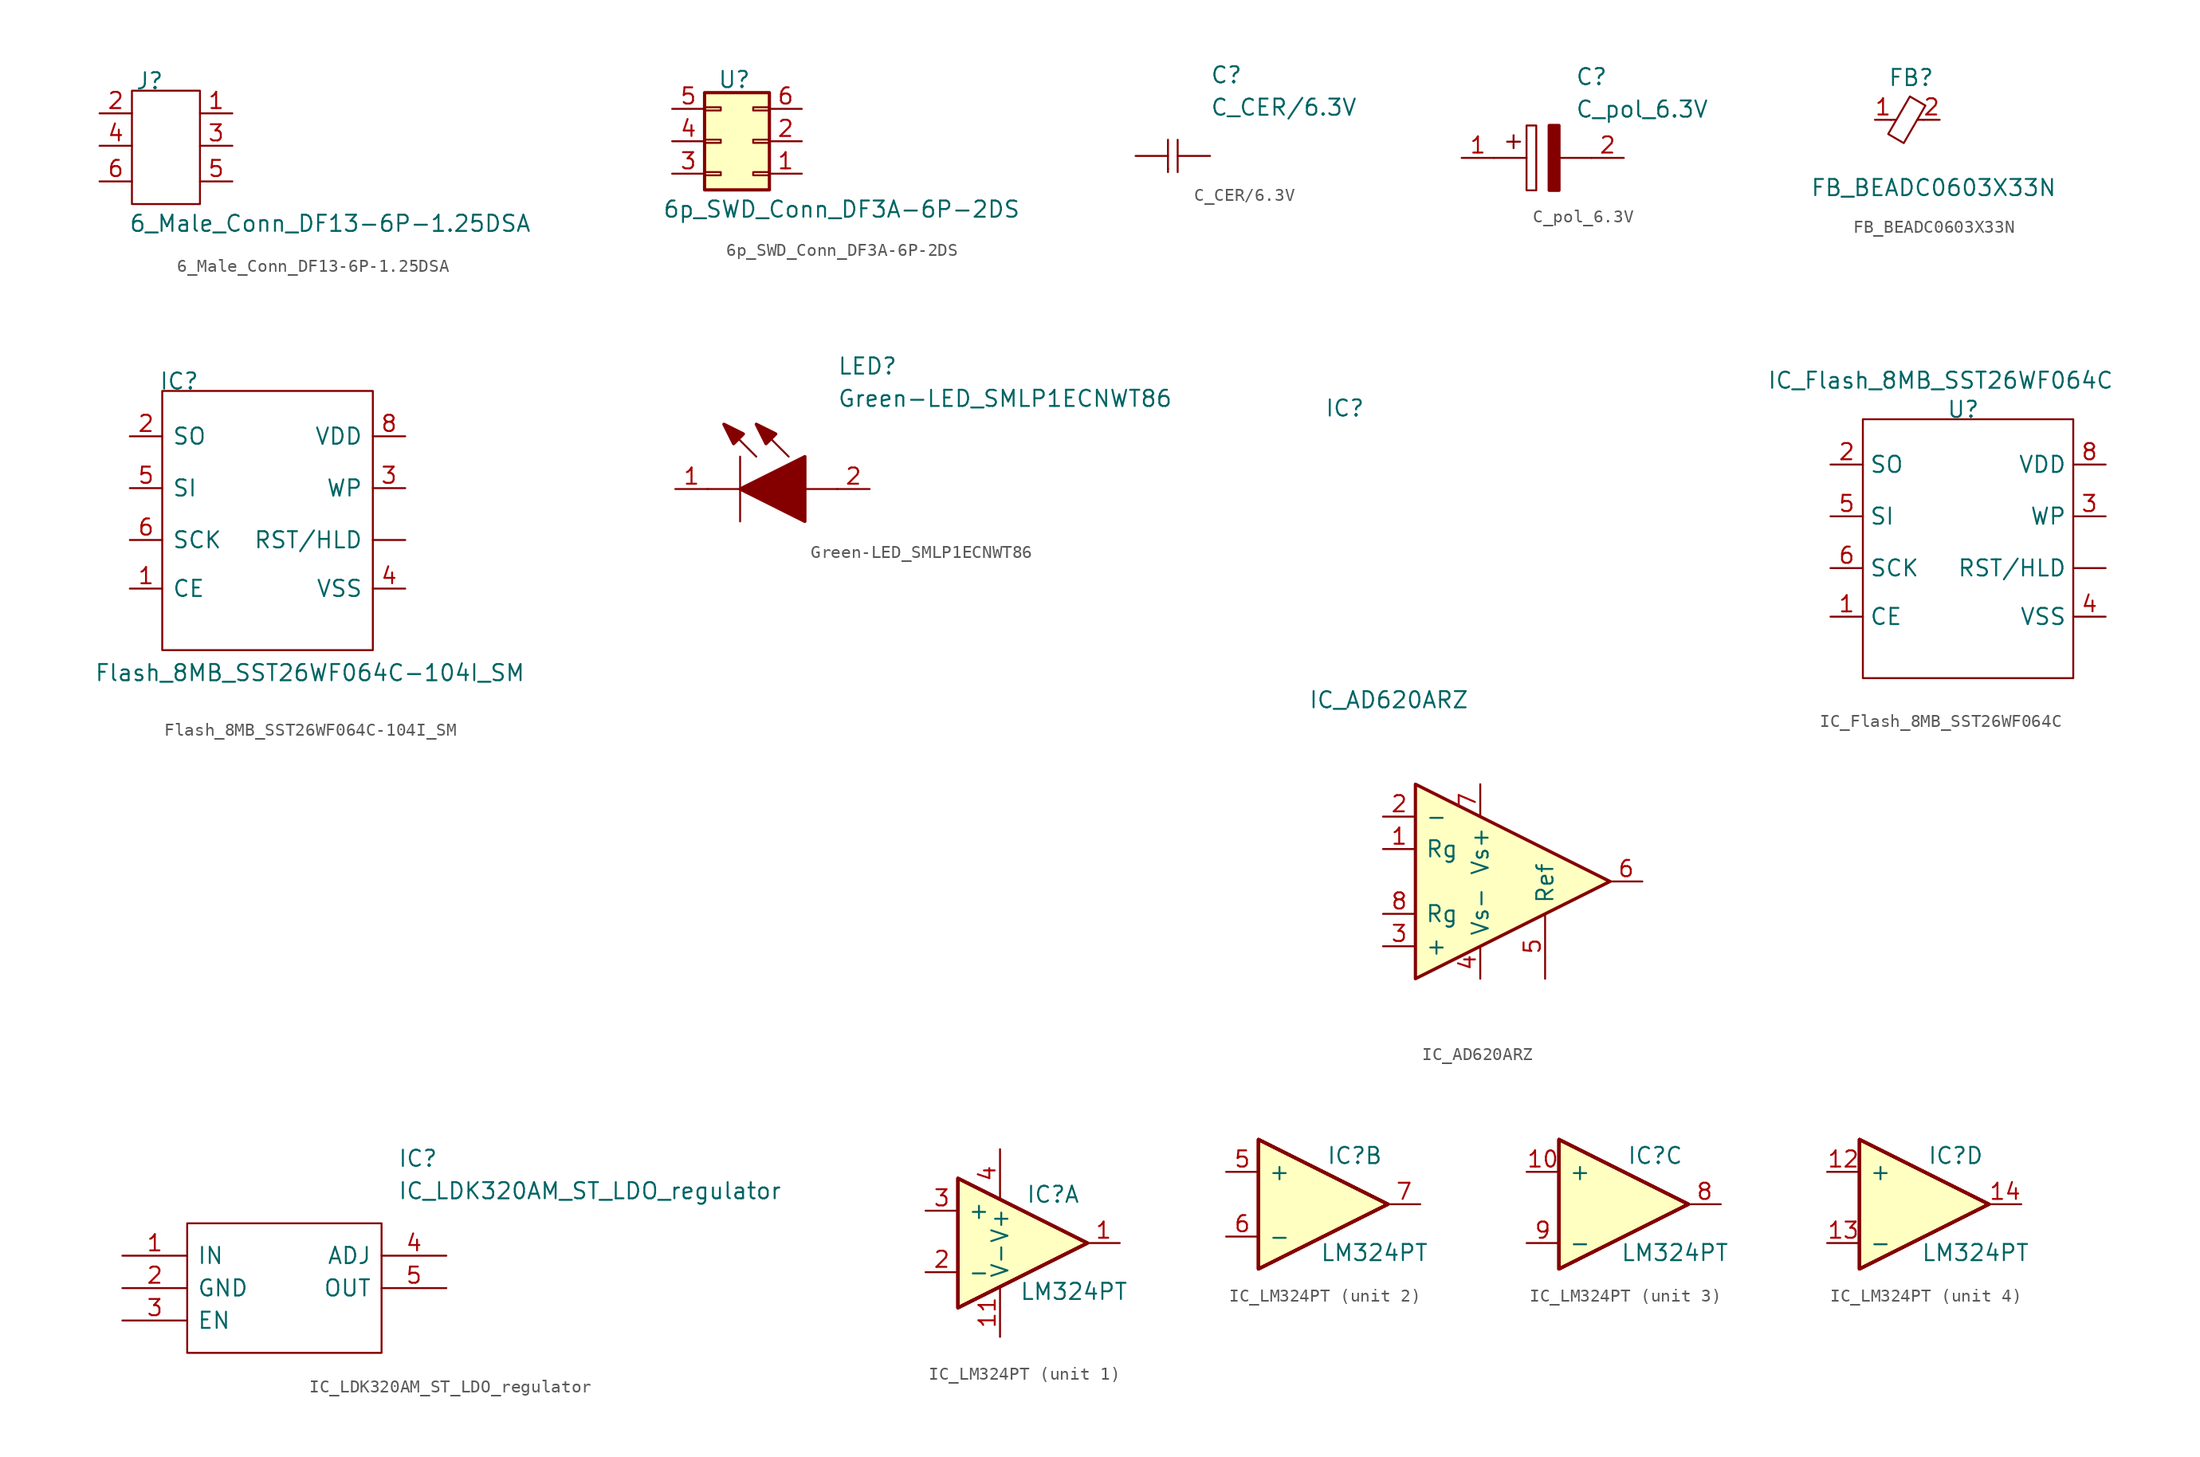
<source format=kicad_sym>
(kicad_symbol_lib
  (version 20220914)
  (generator kicad_symbol_editor)
  (symbol "6_Male_Conn_DF13-6P-1.25DSA"
    (pin_names
      (offset 0.762))
    (property "Reference" "J"
      (at -3.302 22.86 0)
      (effects (font (size 1.27 1.27)) (justify left)))
    (property "Value" "6_Male_Conn_DF13-6P-1.25DSA"
      (at -3.81 11.684 0)
      (effects (font (size 1.27 1.27)) (justify left)))
    (symbol "6_Male_Conn_DF13-6P-1.25DSA_0_1"
      (rectangle (start -3.556 22.098) (end 1.778 13.208) (stroke (width 0) (type default)) (fill (type none))))
    (symbol "6_Male_Conn_DF13-6P-1.25DSA_1_1"
      (pin input line (at 4.318 20.32 180) (length 2.54) (name "" (effects (font (size 1.27 1.27)))) (number "1" (effects (font (size 1.27 1.27)))))
      (pin input line (at -6.096 20.32 0) (length 2.54) (name "" (effects (font (size 1.27 1.27)))) (number "2" (effects (font (size 1.27 1.27)))))
      (pin input line (at 4.318 17.78 180) (length 2.54) (name "" (effects (font (size 1.27 1.27)))) (number "3" (effects (font (size 1.27 1.27)))))
      (pin input line (at -6.096 17.78 0) (length 2.54) (name "" (effects (font (size 1.27 1.27)))) (number "4" (effects (font (size 1.27 1.27)))))
      (pin input line (at 4.318 14.986 180) (length 2.54) (name "" (effects (font (size 1.27 1.27)))) (number "5" (effects (font (size 1.27 1.27)))))
      (pin input line (at -6.096 14.986 0) (length 2.54) (name "" (effects (font (size 1.27 1.27)))) (number "6" (effects (font (size 1.27 1.27)))))))
  (symbol "6p_SWD_Conn_DF3A-6P-2DS"
    (pin_names
      (offset 0.762))
    (property "Reference" "U"
      (at 6.858 -1.27 0)
      (effects (font (size 1.27 1.27)) (justify left)))
    (property "Value" "6p_SWD_Conn_DF3A-6P-2DS"
      (at 2.54 -11.43 0)
      (effects (font (size 1.27 1.27)) (justify left)))
    (symbol "6p_SWD_Conn_DF3A-6P-2DS_1_1"
      (rectangle (start 5.842 -8.509) (end 7.112 -8.763) (stroke (width 0.152) (type default)) (fill (type none)))
      (rectangle (start 5.842 -5.969) (end 7.112 -6.223) (stroke (width 0.152) (type default)) (fill (type none)))
      (rectangle (start 5.842 -3.429) (end 7.112 -3.683) (stroke (width 0.152) (type default)) (fill (type none)))
      (rectangle (start 5.842 -2.286) (end 10.922 -9.906) (stroke (width 0.254) (type default)) (fill (type background)))
      (rectangle (start 10.922 -8.509) (end 9.652 -8.763) (stroke (width 0.152) (type default)) (fill (type none)))
      (rectangle (start 10.922 -5.969) (end 9.652 -6.223) (stroke (width 0.152) (type default)) (fill (type none)))
      (rectangle (start 10.922 -3.429) (end 9.652 -3.683) (stroke (width 0.152) (type default)) (fill (type none)))
      (pin input line (at 13.462 -8.636 180) (length 2.54) (name "" (effects (font (size 1.27 1.27)))) (number "1" (effects (font (size 1.27 1.27)))))
      (pin input line (at 13.462 -6.096 180) (length 2.54) (name "" (effects (font (size 1.27 1.27)))) (number "2" (effects (font (size 1.27 1.27)))))
      (pin input line (at 3.302 -8.636 0) (length 2.54) (name "" (effects (font (size 1.27 1.27)))) (number "3" (effects (font (size 1.27 1.27)))))
      (pin input line (at 3.302 -6.096 0) (length 2.54) (name "" (effects (font (size 1.27 1.27)))) (number "4" (effects (font (size 1.27 1.27)))))
      (pin input line (at 3.302 -3.556 0) (length 2.54) (name "" (effects (font (size 1.27 1.27)))) (number "5" (effects (font (size 1.27 1.27)))))
      (pin input line (at 13.462 -3.556 180) (length 2.54) (name "" (effects (font (size 1.27 1.27)))) (number "6" (effects (font (size 1.27 1.27)))))))
  (symbol "C_CER/6.3V"
    (pin_names
      (offset 0.762))
    (property "Reference" "C"
      (at 8.89 6.35 0)
      (effects (font (size 1.27 1.27)) (justify left)))
    (property "Value" "C_CER/6.3V"
      (at 8.89 3.81 0)
      (effects (font (size 1.27 1.27)) (justify left)))
    (symbol "C_CER/6.3V_0_1"
      (polyline (pts (xy 5.588 -1.016) (xy 5.588 -1.27)) (stroke (width 0) (type default)) (fill (type none)))
      (polyline (pts (xy 5.588 1.27) (xy 5.588 -1.016)) (stroke (width 0) (type default)) (fill (type none)))
      (polyline (pts (xy 6.35 1.27) (xy 6.35 -1.27)) (stroke (width 0) (type default)) (fill (type none))))
    (symbol "C_CER/6.3V_1_1"
      (pin input line (at 3.048 0 0) (length 2.54) (name "" (effects (font (size 1.27 1.27)))) (number "" (effects (font (size 1.27 1.27)))))
      (pin input line (at 8.89 0 180) (length 2.54) (name "" (effects (font (size 1.27 1.27)))) (number "" (effects (font (size 1.27 1.27)))))))
  (symbol "C_pol_6.3V"
    (pin_names
      (offset 0.762))
    (property "Reference" "C"
      (at 8.89 6.35 0)
      (effects (font (size 1.27 1.27)) (justify left)))
    (property "Value" "C_pol_6.3V"
      (at 8.89 3.81 0)
      (effects (font (size 1.27 1.27)) (justify left)))
    (symbol "C_pol_6.3V_0_0"
      (pin passive line (at 0 0 0) (length 2.54) (name "~" (effects (font (size 1.27 1.27)))) (number "1" (effects (font (size 1.27 1.27)))))
      (pin passive line (at 12.7 0 180) (length 2.54) (name "~" (effects (font (size 1.27 1.27)))) (number "2" (effects (font (size 1.27 1.27))))))
    (symbol "C_pol_6.3V_0_1"
      (polyline (pts (xy 2.54 0) (xy 5.08 0)) (stroke (width 0.152) (type solid)) (fill (type none)))
      (polyline (pts (xy 4.064 1.778) (xy 4.064 0.762)) (stroke (width 0.152) (type solid)) (fill (type none)))
      (polyline (pts (xy 4.572 1.27) (xy 3.556 1.27)) (stroke (width 0.152) (type solid)) (fill (type none)))
      (polyline (pts (xy 7.62 0) (xy 10.16 0)) (stroke (width 0.152) (type solid)) (fill (type none)))
      (polyline (pts (xy 5.08 2.54) (xy 5.08 -2.54) (xy 5.842 -2.54) (xy 5.842 2.54) (xy 5.08 2.54)) (stroke (width 0.152) (type solid)) (fill (type none)))
      (polyline (pts (xy 7.62 2.54) (xy 7.62 -2.54) (xy 6.858 -2.54) (xy 6.858 2.54) (xy 7.62 2.54)) (stroke (width 0.254) (type solid)) (fill (type outline)))))
  (symbol "FB_BEADC0603X33N"
    (pin_names
      (offset 0.762))
    (property "Reference" "FB"
      (at -1.524 3.302 0)
      (effects (font (size 1.27 1.27)) (justify left)))
    (property "Value" "FB_BEADC0603X33N"
      (at -7.62 -5.334 0)
      (effects (font (size 1.27 1.27)) (justify left)))
    (symbol "FB_BEADC0603X33N_0_1"
      (polyline (pts (xy -0.889 0) (xy -1.295 0)) (stroke (width 0) (type default)) (fill (type none)))
      (polyline (pts (xy 1.27 0) (xy 0.787 0)) (stroke (width 0) (type default)) (fill (type none)))
      (polyline (pts (xy -0.279 -1.829) (xy -1.499 -1.118) (xy 0.203 1.829) (xy 1.422 1.118) (xy -0.279 -1.829)) (stroke (width 0) (type default)) (fill (type none))))
    (symbol "FB_BEADC0603X33N_1_1"
      (pin passive line (at -2.54 0 0) (length 1.27) (name "~" (effects (font (size 1.27 1.27)))) (number "1" (effects (font (size 1.27 1.27)))))
      (pin passive line (at 2.54 0 180) (length 1.27) (name "~" (effects (font (size 1.27 1.27)))) (number "2" (effects (font (size 1.27 1.27)))))))
  (symbol "Flash_8MB_SST26WF064C-104I_SM"
    (pin_names
      (offset 0.762))
    (property "Reference" "IC"
      (at 12.954 4.318 0)
      (effects (font (size 1.27 1.27)) (justify left)))
    (property "Value" "Flash_8MB_SST26WF064C-104I_SM"
      (at 7.874 -18.542 0)
      (effects (font (size 1.27 1.27)) (justify left)))
    (symbol "Flash_8MB_SST26WF064C-104I_SM_0_1"
      (rectangle (start 13.208 3.556) (end 29.718 -16.764) (stroke (width 0) (type default)) (fill (type none))))
    (symbol "Flash_8MB_SST26WF064C-104I_SM_1_1"
      (pin input line (at 32.258 -8.128 180) (length 2.54) (name "RST/HLD" (effects (font (size 1.27 1.27)))) (number "" (effects (font (size 1.27 1.27)))))
      (pin input line (at 10.668 -11.938 0) (length 2.54) (name "CE" (effects (font (size 1.27 1.27)))) (number "1" (effects (font (size 1.27 1.27)))))
      (pin input line (at 10.668 0 0) (length 2.54) (name "SO" (effects (font (size 1.27 1.27)))) (number "2" (effects (font (size 1.27 1.27)))))
      (pin input line (at 32.258 -4.064 180) (length 2.54) (name "WP" (effects (font (size 1.27 1.27)))) (number "3" (effects (font (size 1.27 1.27)))))
      (pin input line (at 32.258 -11.938 180) (length 2.54) (name "VSS" (effects (font (size 1.27 1.27)))) (number "4" (effects (font (size 1.27 1.27)))))
      (pin input line (at 10.668 -4.064 0) (length 2.54) (name "SI" (effects (font (size 1.27 1.27)))) (number "5" (effects (font (size 1.27 1.27)))))
      (pin input line (at 10.668 -8.128 0) (length 2.54) (name "SCK" (effects (font (size 1.27 1.27)))) (number "6" (effects (font (size 1.27 1.27)))))
      (pin input line (at 32.258 0 180) (length 2.54) (name "VDD" (effects (font (size 1.27 1.27)))) (number "8" (effects (font (size 1.27 1.27)))))))
  (symbol "Green-LED_SMLP1ECNWT86"
    (pin_names
      (offset 0.762))
    (property "Reference" "LED"
      (at 12.7 8.89 0)
      (effects (font (size 1.27 1.27)) (justify left bottom)))
    (property "Value" "Green-LED_SMLP1ECNWT86"
      (at 12.7 6.35 0)
      (effects (font (size 1.27 1.27)) (justify left bottom)))
    (symbol "Green-LED_SMLP1ECNWT86_0_0"
      (pin passive line (at 0 0 0) (length 2.54) (name "~" (effects (font (size 1.27 1.27)))) (number "1" (effects (font (size 1.27 1.27)))))
      (pin passive line (at 15.24 0 180) (length 2.54) (name "~" (effects (font (size 1.27 1.27)))) (number "2" (effects (font (size 1.27 1.27))))))
    (symbol "Green-LED_SMLP1ECNWT86_0_1"
      (polyline (pts (xy 2.54 0) (xy 5.08 0)) (stroke (width 0.152) (type solid)) (fill (type none)))
      (polyline (pts (xy 5.08 2.54) (xy 5.08 -2.54)) (stroke (width 0.152) (type solid)) (fill (type none)))
      (polyline (pts (xy 6.35 2.54) (xy 3.81 5.08)) (stroke (width 0.152) (type solid)) (fill (type none)))
      (polyline (pts (xy 8.89 2.54) (xy 6.35 5.08)) (stroke (width 0.152) (type solid)) (fill (type none)))
      (polyline (pts (xy 10.16 0) (xy 12.7 0)) (stroke (width 0.152) (type solid)) (fill (type none)))
      (polyline (pts (xy 5.08 0) (xy 10.16 2.54) (xy 10.16 -2.54) (xy 5.08 0)) (stroke (width 0.254) (type solid)) (fill (type outline)))
      (polyline (pts (xy 5.334 4.318) (xy 4.572 3.556) (xy 3.81 5.08) (xy 5.334 4.318)) (stroke (width 0.254) (type solid)) (fill (type outline)))
      (polyline (pts (xy 7.874 4.318) (xy 7.112 3.556) (xy 6.35 5.08) (xy 7.874 4.318)) (stroke (width 0.254) (type solid)) (fill (type outline)))))
  (symbol "IC_AD620ARZ"
    (pin_names
      (offset 0.762))
    (property "Reference" "IC"
      (at -11.43 37.084 0)
      (effects (font (size 1.27 1.27)) (justify left)))
    (property "Value" "IC_AD620ARZ"
      (at -12.7 14.224 0)
      (effects (font (size 1.27 1.27)) (justify left)))
    (symbol "IC_AD620ARZ_0_1"
      (polyline (pts (xy -4.318 7.62) (xy -4.318 -7.62) (xy 10.922 0) (xy -4.318 7.62)) (stroke (width 0.254) (type default)) (fill (type background))))
    (symbol "IC_AD620ARZ_1_1"
      (pin passive line (at -6.858 2.54 0) (length 2.54) (name "Rg" (effects (font (size 1.27 1.27)))) (number "1" (effects (font (size 1.27 1.27)))))
      (pin input line (at -6.858 5.08 0) (length 2.54) (name "-" (effects (font (size 1.27 1.27)))) (number "2" (effects (font (size 1.27 1.27)))))
      (pin input line (at -6.858 -5.08 0) (length 2.54) (name "+" (effects (font (size 1.27 1.27)))) (number "3" (effects (font (size 1.27 1.27)))))
      (pin power_in line (at 0.762 -7.62 90) (length 2.54) (name "Vs-" (effects (font (size 1.27 1.27)))) (number "4" (effects (font (size 1.27 1.27)))))
      (pin passive line (at 5.842 -7.62 90) (length 5.08) (name "Ref" (effects (font (size 1.27 1.27)))) (number "5" (effects (font (size 1.27 1.27)))))
      (pin output line (at 13.462 0 180) (length 2.54) (name "~" (effects (font (size 1.27 1.27)))) (number "6" (effects (font (size 1.27 1.27)))))
      (pin power_in line (at 0.762 7.62 270) (length 2.54) (name "Vs+" (effects (font (size 1.27 1.27)))) (number "7" (effects (font (size 1.27 1.27)))))
      (pin passive line (at -6.858 -2.54 0) (length 2.54) (name "Rg" (effects (font (size 1.27 1.27)))) (number "8" (effects (font (size 1.27 1.27)))))))
  (symbol "IC_Flash_8MB_SST26WF064C"
    (property "Reference" "U"
      (at 1.778 -2.286 0)
      (effects (font (size 1.27 1.27))))
    (property "Value" "IC_Flash_8MB_SST26WF064C"
      (at 0 0 0)
      (effects (font (size 1.27 1.27))))
    (symbol "IC_Flash_8MB_SST26WF064C_0_1"
      (rectangle (start -6.096 -3.048) (end 10.414 -23.368) (stroke (width 0) (type default)) (fill (type none))))
    (symbol "IC_Flash_8MB_SST26WF064C_1_1"
      (pin input line (at 12.954 -14.732 180) (length 2.54) (name "RST/HLD" (effects (font (size 1.27 1.27)))) (number "" (effects (font (size 1.27 1.27)))))
      (pin input line (at -8.636 -18.542 0) (length 2.54) (name "CE" (effects (font (size 1.27 1.27)))) (number "1" (effects (font (size 1.27 1.27)))))
      (pin input line (at -8.636 -6.604 0) (length 2.54) (name "SO" (effects (font (size 1.27 1.27)))) (number "2" (effects (font (size 1.27 1.27)))))
      (pin input line (at 12.954 -10.668 180) (length 2.54) (name "WP" (effects (font (size 1.27 1.27)))) (number "3" (effects (font (size 1.27 1.27)))))
      (pin input line (at 12.954 -18.542 180) (length 2.54) (name "VSS" (effects (font (size 1.27 1.27)))) (number "4" (effects (font (size 1.27 1.27)))))
      (pin input line (at -8.636 -10.668 0) (length 2.54) (name "SI" (effects (font (size 1.27 1.27)))) (number "5" (effects (font (size 1.27 1.27)))))
      (pin input line (at -8.636 -14.732 0) (length 2.54) (name "SCK" (effects (font (size 1.27 1.27)))) (number "6" (effects (font (size 1.27 1.27)))))
      (pin input line (at 12.954 -6.604 180) (length 2.54) (name "VDD" (effects (font (size 1.27 1.27)))) (number "8" (effects (font (size 1.27 1.27)))))))
  (symbol "IC_LDK320AM_ST_LDO_regulator"
    (pin_names
      (offset 0.762))
    (property "Reference" "IC"
      (at 21.59 7.62 0)
      (effects (font (size 1.27 1.27)) (justify left)))
    (property "Value" "IC_LDK320AM_ST_LDO_regulator"
      (at 21.59 5.08 0)
      (effects (font (size 1.27 1.27)) (justify left)))
    (symbol "IC_LDK320AM_ST_LDO_regulator_0_0"
      (pin passive line (at 0 0 0) (length 5.08) (name "IN" (effects (font (size 1.27 1.27)))) (number "1" (effects (font (size 1.27 1.27)))))
      (pin passive line (at 0 -2.54 0) (length 5.08) (name "GND" (effects (font (size 1.27 1.27)))) (number "2" (effects (font (size 1.27 1.27)))))
      (pin passive line (at 0 -5.08 0) (length 5.08) (name "EN" (effects (font (size 1.27 1.27)))) (number "3" (effects (font (size 1.27 1.27)))))
      (pin passive line (at 25.4 0 180) (length 5.08) (name "ADJ" (effects (font (size 1.27 1.27)))) (number "4" (effects (font (size 1.27 1.27)))))
      (pin passive line (at 25.4 -2.54 180) (length 5.08) (name "OUT" (effects (font (size 1.27 1.27)))) (number "5" (effects (font (size 1.27 1.27))))))
    (symbol "IC_LDK320AM_ST_LDO_regulator_0_1"
      (polyline (pts (xy 5.08 2.54) (xy 20.32 2.54) (xy 20.32 -7.62) (xy 5.08 -7.62) (xy 5.08 2.54)) (stroke (width 0.152) (type solid)) (fill (type none)))))
  (symbol "IC_LM324PT"
    (pin_names
      (offset 0.762))
    (property "Reference" "IC"
      (at -114.3 -61.722 0)
      (effects (font (size 1.27 1.27)) (justify left)))
    (property "Value" "LM324PT"
      (at -114.808 -69.342 0)
      (effects (font (size 1.27 1.27)) (justify left)))
    (symbol "IC_LM324PT_1_1"
      (polyline (pts (xy -119.634 -60.452) (xy -109.474 -65.532) (xy -119.634 -70.612) (xy -119.634 -60.452)) (stroke (width 0.254) (type default)) (fill (type background)))
      (polyline (pts (xy -119.634 -60.452) (xy -109.474 -65.532) (xy -119.634 -70.612) (xy -119.634 -60.452)) (stroke (width 0.254) (type default)) (fill (type background)))
      (polyline (pts (xy -119.634 -60.452) (xy -109.474 -65.532) (xy -119.634 -70.612) (xy -119.634 -60.452)) (stroke (width 0.254) (type default)) (fill (type background)))
      (polyline (pts (xy -119.634 -60.452) (xy -109.474 -65.532) (xy -119.634 -70.612) (xy -119.634 -60.452)) (stroke (width 0.254) (type default)) (fill (type background)))
      (pin output line (at -106.934 -65.532 180) (length 2.54) (name "~" (effects (font (size 1.27 1.27)))) (number "1" (effects (font (size 1.27 1.27)))))
      (pin power_in line (at -116.332 -72.898 90) (length 3.81) (name "V-" (effects (font (size 1.27 1.27)))) (number "11" (effects (font (size 1.27 1.27)))))
      (pin input line (at -122.174 -67.818 0) (length 2.54) (name "-" (effects (font (size 1.27 1.27)))) (number "2" (effects (font (size 1.27 1.27)))))
      (pin input line (at -122.174 -62.992 0) (length 2.54) (name "+" (effects (font (size 1.27 1.27)))) (number "3" (effects (font (size 1.27 1.27)))))
      (pin power_in line (at -116.332 -58.166 270) (length 3.81) (name "V+" (effects (font (size 1.27 1.27)))) (number "4" (effects (font (size 1.27 1.27))))))
    (symbol "IC_LM324PT_2_1"
      (polyline (pts (xy -119.634 -60.452) (xy -109.474 -65.532) (xy -119.634 -70.612) (xy -119.634 -60.452)) (stroke (width 0.254) (type default)) (fill (type background)))
      (polyline (pts (xy -119.634 -60.452) (xy -109.474 -65.532) (xy -119.634 -70.612) (xy -119.634 -60.452)) (stroke (width 0.254) (type default)) (fill (type background)))
      (polyline (pts (xy -119.634 -60.452) (xy -109.474 -65.532) (xy -119.634 -70.612) (xy -119.634 -60.452)) (stroke (width 0.254) (type default)) (fill (type background)))
      (polyline (pts (xy -119.634 -60.452) (xy -109.474 -65.532) (xy -119.634 -70.612) (xy -119.634 -60.452)) (stroke (width 0.254) (type default)) (fill (type background)))
      (pin input line (at -122.174 -62.992 0) (length 2.54) (name "+" (effects (font (size 1.27 1.27)))) (number "5" (effects (font (size 1.27 1.27)))))
      (pin input line (at -122.174 -68.072 0) (length 2.54) (name "-" (effects (font (size 1.27 1.27)))) (number "6" (effects (font (size 1.27 1.27)))))
      (pin output line (at -106.934 -65.532 180) (length 2.54) (name "~" (effects (font (size 1.27 1.27)))) (number "7" (effects (font (size 1.27 1.27))))))
    (symbol "IC_LM324PT_3_1"
      (polyline (pts (xy -119.634 -60.452) (xy -109.474 -65.532) (xy -119.634 -70.612) (xy -119.634 -60.452)) (stroke (width 0.254) (type default)) (fill (type background)))
      (polyline (pts (xy -119.634 -60.452) (xy -109.474 -65.532) (xy -119.634 -70.612) (xy -119.634 -60.452)) (stroke (width 0.254) (type default)) (fill (type background)))
      (polyline (pts (xy -119.634 -60.452) (xy -109.474 -65.532) (xy -119.634 -70.612) (xy -119.634 -60.452)) (stroke (width 0.254) (type default)) (fill (type background)))
      (polyline (pts (xy -119.634 -60.452) (xy -109.474 -65.532) (xy -119.634 -70.612) (xy -119.634 -60.452)) (stroke (width 0.254) (type default)) (fill (type background)))
      (pin input line (at -122.174 -62.992 0) (length 2.54) (name "+" (effects (font (size 1.27 1.27)))) (number "10" (effects (font (size 1.27 1.27)))))
      (pin output line (at -106.934 -65.532 180) (length 2.54) (name "~" (effects (font (size 1.27 1.27)))) (number "8" (effects (font (size 1.27 1.27)))))
      (pin input line (at -122.174 -68.58 0) (length 2.54) (name "-" (effects (font (size 1.27 1.27)))) (number "9" (effects (font (size 1.27 1.27))))))
    (symbol "IC_LM324PT_4_1"
      (polyline (pts (xy -119.634 -60.452) (xy -109.474 -65.532) (xy -119.634 -70.612) (xy -119.634 -60.452)) (stroke (width 0.254) (type default)) (fill (type background)))
      (polyline (pts (xy -119.634 -60.452) (xy -109.474 -65.532) (xy -119.634 -70.612) (xy -119.634 -60.452)) (stroke (width 0.254) (type default)) (fill (type background)))
      (polyline (pts (xy -119.634 -60.452) (xy -109.474 -65.532) (xy -119.634 -70.612) (xy -119.634 -60.452)) (stroke (width 0.254) (type default)) (fill (type background)))
      (polyline (pts (xy -119.634 -60.452) (xy -109.474 -65.532) (xy -119.634 -70.612) (xy -119.634 -60.452)) (stroke (width 0.254) (type default)) (fill (type background)))
      (pin input line (at -122.174 -62.992 0) (length 2.54) (name "+" (effects (font (size 1.27 1.27)))) (number "12" (effects (font (size 1.27 1.27)))))
      (pin input line (at -122.174 -68.58 0) (length 2.54) (name "-" (effects (font (size 1.27 1.27)))) (number "13" (effects (font (size 1.27 1.27)))))
      (pin output line (at -106.934 -65.532 180) (length 2.54) (name "~" (effects (font (size 1.27 1.27)))) (number "14" (effects (font (size 1.27 1.27))))))))
</source>
